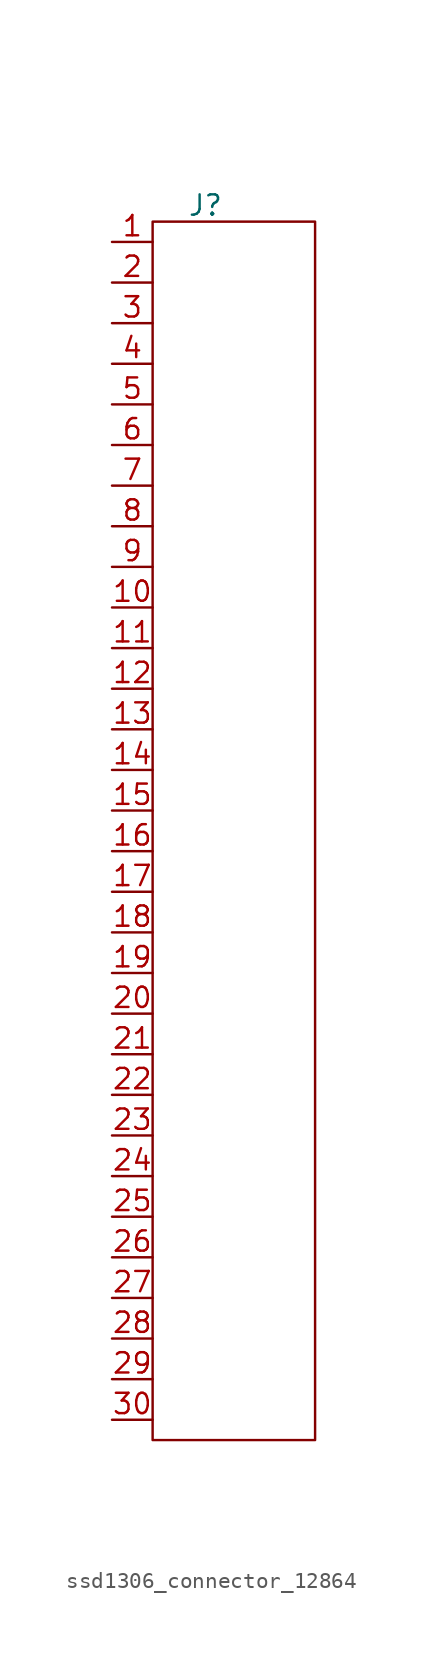
<source format=kicad_sym>
(kicad_symbol_lib
  (version 20231120)
  (generator "kicad_symbol_editor")
  (generator_version "8.0")
  (symbol "ssd1306_connector_12864"
    (property "Reference" "J"
      (at 2.032 11.176 0)
      (effects (font (size 1.27 1.27))))
    (property "Value" ""
      (at 0 0 0)
      (effects (font (size 1.27 1.27))))
    (symbol "ssd1306_connector_12864_0_1"
      (rectangle (start -1.27 10.16) (end 8.89 -66.04) (stroke (width 0) (type default)) (fill (type none))))
    (symbol "ssd1306_connector_12864_1_1"
      (pin bidirectional line (at -3.81 8.89 0) (length 2.54) (name "" (effects (font (size 1.27 1.27)))) (number "1" (effects (font (size 1.27 1.27)))))
      (pin bidirectional line (at -3.81 -13.97 0) (length 2.54) (name "" (effects (font (size 1.27 1.27)))) (number "10" (effects (font (size 1.27 1.27)))))
      (pin bidirectional line (at -3.81 -16.51 0) (length 2.54) (name "" (effects (font (size 1.27 1.27)))) (number "11" (effects (font (size 1.27 1.27)))))
      (pin bidirectional line (at -3.81 -19.05 0) (length 2.54) (name "" (effects (font (size 1.27 1.27)))) (number "12" (effects (font (size 1.27 1.27)))))
      (pin bidirectional line (at -3.81 -21.59 0) (length 2.54) (name "" (effects (font (size 1.27 1.27)))) (number "13" (effects (font (size 1.27 1.27)))))
      (pin bidirectional line (at -3.81 -24.13 0) (length 2.54) (name "" (effects (font (size 1.27 1.27)))) (number "14" (effects (font (size 1.27 1.27)))))
      (pin bidirectional line (at -3.81 -26.67 0) (length 2.54) (name "" (effects (font (size 1.27 1.27)))) (number "15" (effects (font (size 1.27 1.27)))))
      (pin bidirectional line (at -3.81 -29.21 0) (length 2.54) (name "" (effects (font (size 1.27 1.27)))) (number "16" (effects (font (size 1.27 1.27)))))
      (pin bidirectional line (at -3.81 -31.75 0) (length 2.54) (name "" (effects (font (size 1.27 1.27)))) (number "17" (effects (font (size 1.27 1.27)))))
      (pin bidirectional line (at -3.81 -34.29 0) (length 2.54) (name "" (effects (font (size 1.27 1.27)))) (number "18" (effects (font (size 1.27 1.27)))))
      (pin bidirectional line (at -3.81 -36.83 0) (length 2.54) (name "" (effects (font (size 1.27 1.27)))) (number "19" (effects (font (size 1.27 1.27)))))
      (pin bidirectional line (at -3.81 6.35 0) (length 2.54) (name "" (effects (font (size 1.27 1.27)))) (number "2" (effects (font (size 1.27 1.27)))))
      (pin bidirectional line (at -3.81 -39.37 0) (length 2.54) (name "" (effects (font (size 1.27 1.27)))) (number "20" (effects (font (size 1.27 1.27)))))
      (pin bidirectional line (at -3.81 -41.91 0) (length 2.54) (name "" (effects (font (size 1.27 1.27)))) (number "21" (effects (font (size 1.27 1.27)))))
      (pin bidirectional line (at -3.81 -44.45 0) (length 2.54) (name "" (effects (font (size 1.27 1.27)))) (number "22" (effects (font (size 1.27 1.27)))))
      (pin bidirectional line (at -3.81 -46.99 0) (length 2.54) (name "" (effects (font (size 1.27 1.27)))) (number "23" (effects (font (size 1.27 1.27)))))
      (pin bidirectional line (at -3.81 -49.53 0) (length 2.54) (name "" (effects (font (size 1.27 1.27)))) (number "24" (effects (font (size 1.27 1.27)))))
      (pin bidirectional line (at -3.81 -52.07 0) (length 2.54) (name "" (effects (font (size 1.27 1.27)))) (number "25" (effects (font (size 1.27 1.27)))))
      (pin bidirectional line (at -3.81 -54.61 0) (length 2.54) (name "" (effects (font (size 1.27 1.27)))) (number "26" (effects (font (size 1.27 1.27)))))
      (pin bidirectional line (at -3.81 -57.15 0) (length 2.54) (name "" (effects (font (size 1.27 1.27)))) (number "27" (effects (font (size 1.27 1.27)))))
      (pin bidirectional line (at -3.81 -59.69 0) (length 2.54) (name "" (effects (font (size 1.27 1.27)))) (number "28" (effects (font (size 1.27 1.27)))))
      (pin bidirectional line (at -3.81 -62.23 0) (length 2.54) (name "" (effects (font (size 1.27 1.27)))) (number "29" (effects (font (size 1.27 1.27)))))
      (pin bidirectional line (at -3.81 3.81 0) (length 2.54) (name "" (effects (font (size 1.27 1.27)))) (number "3" (effects (font (size 1.27 1.27)))))
      (pin bidirectional line (at -3.81 -64.77 0) (length 2.54) (name "" (effects (font (size 1.27 1.27)))) (number "30" (effects (font (size 1.27 1.27)))))
      (pin bidirectional line (at -3.81 1.27 0) (length 2.54) (name "" (effects (font (size 1.27 1.27)))) (number "4" (effects (font (size 1.27 1.27)))))
      (pin bidirectional line (at -3.81 -1.27 0) (length 2.54) (name "" (effects (font (size 1.27 1.27)))) (number "5" (effects (font (size 1.27 1.27)))))
      (pin bidirectional line (at -3.81 -3.81 0) (length 2.54) (name "" (effects (font (size 1.27 1.27)))) (number "6" (effects (font (size 1.27 1.27)))))
      (pin bidirectional line (at -3.81 -6.35 0) (length 2.54) (name "" (effects (font (size 1.27 1.27)))) (number "7" (effects (font (size 1.27 1.27)))))
      (pin bidirectional line (at -3.81 -8.89 0) (length 2.54) (name "" (effects (font (size 1.27 1.27)))) (number "8" (effects (font (size 1.27 1.27)))))
      (pin bidirectional line (at -3.81 -11.43 0) (length 2.54) (name "" (effects (font (size 1.27 1.27)))) (number "9" (effects (font (size 1.27 1.27))))))))
</source>
